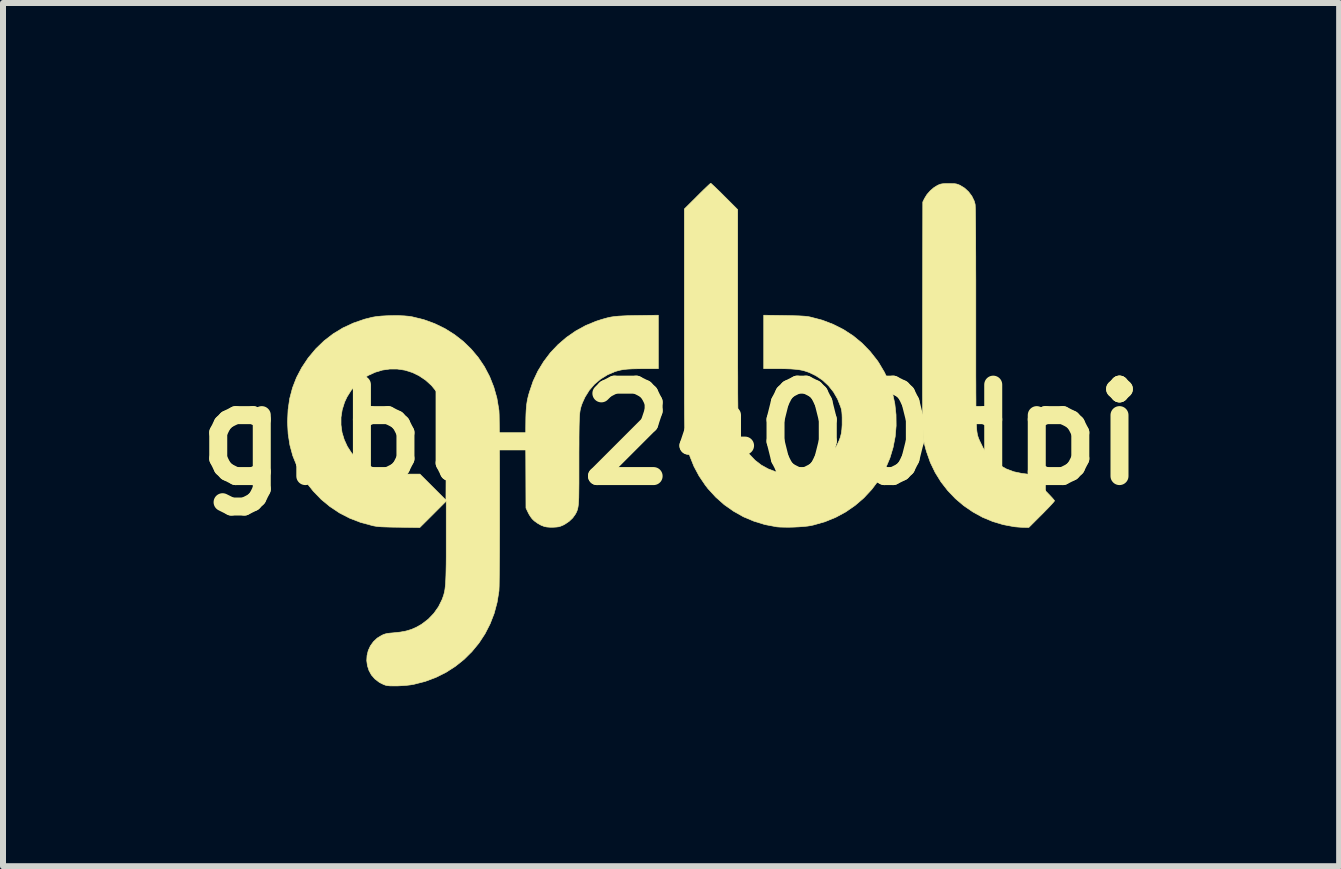
<source format=kicad_pcb>
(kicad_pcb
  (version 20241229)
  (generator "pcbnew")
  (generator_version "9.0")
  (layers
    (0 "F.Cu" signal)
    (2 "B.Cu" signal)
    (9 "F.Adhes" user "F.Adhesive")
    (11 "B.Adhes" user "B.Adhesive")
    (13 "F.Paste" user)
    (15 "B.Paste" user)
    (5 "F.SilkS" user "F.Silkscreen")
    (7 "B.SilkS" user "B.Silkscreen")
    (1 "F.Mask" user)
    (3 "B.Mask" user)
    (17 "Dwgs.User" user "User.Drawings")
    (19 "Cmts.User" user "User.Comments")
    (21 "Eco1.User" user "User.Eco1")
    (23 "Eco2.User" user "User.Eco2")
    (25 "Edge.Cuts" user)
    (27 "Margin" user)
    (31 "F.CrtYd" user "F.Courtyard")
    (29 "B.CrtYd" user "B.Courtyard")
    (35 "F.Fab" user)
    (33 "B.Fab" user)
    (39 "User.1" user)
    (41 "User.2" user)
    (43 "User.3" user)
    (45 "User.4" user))
  (footprint "grbl-2400dpi"
    (layer "F.Cu")
    (at 8.135 4.196)
    (property "Reference" "grbl-2400dpi" (at 0 0 0) (layer "F.SilkS") (effects (font (size 1.524 1.524) (thickness 0.3))))
    (attr through_hole)
    (fp_poly (pts (xy -0.212 -1.101) (xy -0.454 -1.101) (xy -0.56 -1.1) (xy -0.647 -1.098) (xy -0.72 -1.094) (xy -0.782 -1.088) (xy -0.836 -1.079) (xy -0.885 -1.067) (xy -0.933 -1.053) (xy -1.059 -0.999) (xy -1.174 -0.928) (xy -1.276 -0.842) (xy -1.363 -0.741) (xy -1.434 -0.627) (xy -1.472 -0.544) (xy -1.484 -0.515) (xy -1.494 -0.488) (xy -1.502 -0.461) (xy -1.51 -0.432) (xy -1.516 -0.401) (xy -1.521 -0.365) (xy -1.525 -0.323) (xy -1.528 -0.273) (xy -1.53 -0.213) (xy -1.532 -0.141) (xy -1.533 -0.057) (xy -1.534 0.042) (xy -1.534 0.157) (xy -1.535 0.291) (xy -1.535 0.422) (xy -1.535 0.57) (xy -1.535 0.699) (xy -1.535 0.81) (xy -1.536 0.904) (xy -1.537 0.984) (xy -1.538 1.051) (xy -1.541 1.106) (xy -1.544 1.151) (xy -1.548 1.188) (xy -1.553 1.218) (xy -1.559 1.243) (xy -1.566 1.265) (xy -1.574 1.285) (xy -1.584 1.305) (xy -1.595 1.325) (xy -1.639 1.387) (xy -1.699 1.444) (xy -1.769 1.491) (xy -1.797 1.506) (xy -1.837 1.523) (xy -1.872 1.534) (xy -1.912 1.539) (xy -1.963 1.542) (xy -2.019 1.542) (xy -2.07 1.538) (xy -2.108 1.531) (xy -2.166 1.509) (xy -2.226 1.475) (xy -2.281 1.435) (xy -2.315 1.402) (xy -2.339 1.37) (xy -2.366 1.328) (xy -2.385 1.291) (xy -2.418 1.222) (xy -2.421 0.418) (xy -2.422 0.259) (xy -2.422 0.119) (xy -2.422 -0.003) (xy -2.422 -0.109) (xy -2.421 -0.2) (xy -2.42 -0.279) (xy -2.418 -0.346) (xy -2.415 -0.404) (xy -2.411 -0.455) (xy -2.407 -0.499) (xy -2.401 -0.539) (xy -2.395 -0.576) (xy -2.387 -0.612) (xy -2.378 -0.649) (xy -2.367 -0.688) (xy -2.359 -0.715) (xy -2.299 -0.892) (xy -2.22 -1.06) (xy -2.123 -1.219) (xy -2.011 -1.367) (xy -1.883 -1.502) (xy -1.742 -1.623) (xy -1.589 -1.729) (xy -1.425 -1.819) (xy -1.251 -1.891) (xy -1.226 -1.899) (xy -1.161 -1.92) (xy -1.103 -1.937) (xy -1.05 -1.951) (xy -0.997 -1.962) (xy -0.941 -1.97) (xy -0.879 -1.976) (xy -0.808 -1.98) (xy -0.724 -1.984) (xy -0.624 -1.986) (xy -0.558 -1.987) (xy -0.212 -1.992) (xy -0.212 -1.101)) (stroke (width 0.01) (type solid)) (fill yes) (layer "F.SilkS"))
    (fp_poly (pts (xy 4.686 -4.185) (xy 4.726 -4.184) (xy 4.756 -4.18) (xy 4.782 -4.172) (xy 4.809 -4.161) (xy 4.818 -4.157) (xy 4.893 -4.111) (xy 4.959 -4.05) (xy 5.014 -3.977) (xy 5.053 -3.897) (xy 5.068 -3.844) (xy 5.07 -3.828) (xy 5.071 -3.798) (xy 5.073 -3.753) (xy 5.074 -3.692) (xy 5.075 -3.614) (xy 5.076 -3.52) (xy 5.077 -3.409) (xy 5.078 -3.28) (xy 5.078 -3.133) (xy 5.079 -2.968) (xy 5.079 -2.784) (xy 5.08 -2.58) (xy 5.08 -2.356) (xy 5.08 -2.112) (xy 5.08 -1.964) (xy 5.08 -1.728) (xy 5.08 -1.513) (xy 5.08 -1.317) (xy 5.08 -1.139) (xy 5.08 -0.978) (xy 5.081 -0.834) (xy 5.081 -0.705) (xy 5.082 -0.59) (xy 5.082 -0.489) (xy 5.083 -0.4) (xy 5.085 -0.323) (xy 5.086 -0.256) (xy 5.088 -0.198) (xy 5.091 -0.149) (xy 5.093 -0.107) (xy 5.096 -0.072) (xy 5.1 -0.042) (xy 5.104 -0.017) (xy 5.108 0.005) (xy 5.114 0.024) (xy 5.119 0.041) (xy 5.125 0.057) (xy 5.132 0.074) (xy 5.14 0.093) (xy 5.143 0.1) (xy 5.202 0.221) (xy 5.278 0.33) (xy 5.369 0.426) (xy 5.473 0.506) (xy 5.588 0.57) (xy 5.713 0.617) (xy 5.847 0.645) (xy 5.863 0.647) (xy 5.964 0.659) (xy 6.178 0.872) (xy 6.233 0.927) (xy 6.283 0.978) (xy 6.326 1.023) (xy 6.36 1.06) (xy 6.382 1.086) (xy 6.392 1.1) (xy 6.392 1.101) (xy 6.385 1.112) (xy 6.365 1.136) (xy 6.333 1.171) (xy 6.292 1.215) (xy 6.243 1.265) (xy 6.189 1.32) (xy 6.178 1.331) (xy 5.964 1.545) (xy 5.879 1.544) (xy 5.826 1.542) (xy 5.771 1.538) (xy 5.726 1.534) (xy 5.541 1.5) (xy 5.363 1.447) (xy 5.192 1.376) (xy 5.031 1.287) (xy 4.879 1.183) (xy 4.739 1.064) (xy 4.612 0.931) (xy 4.499 0.786) (xy 4.402 0.629) (xy 4.322 0.463) (xy 4.26 0.287) (xy 4.255 0.27) (xy 4.247 0.243) (xy 4.24 0.218) (xy 4.234 0.194) (xy 4.228 0.171) (xy 4.222 0.147) (xy 4.217 0.121) (xy 4.213 0.093) (xy 4.209 0.062) (xy 4.206 0.026) (xy 4.203 -0.016) (xy 4.201 -0.064) (xy 4.198 -0.119) (xy 4.197 -0.183) (xy 4.195 -0.256) (xy 4.194 -0.34) (xy 4.193 -0.435) (xy 4.193 -0.542) (xy 4.192 -0.662) (xy 4.192 -0.797) (xy 4.192 -0.947) (xy 4.192 -1.114) (xy 4.192 -1.297) (xy 4.193 -1.499) (xy 4.193 -1.72) (xy 4.193 -1.961) (xy 4.193 -1.968) (xy 4.196 -3.879) (xy 4.227 -3.942) (xy 4.267 -4.006) (xy 4.322 -4.068) (xy 4.384 -4.121) (xy 4.44 -4.155) (xy 4.468 -4.168) (xy 4.493 -4.177) (xy 4.52 -4.182) (xy 4.553 -4.185) (xy 4.6 -4.186) (xy 4.63 -4.186) (xy 4.686 -4.185)) (stroke (width 0.01) (type solid)) (fill yes) (layer "F.SilkS"))
    (fp_poly (pts (xy 0.672 -4.184) (xy 0.694 -4.163) (xy 0.728 -4.132) (xy 0.771 -4.09) (xy 0.821 -4.042) (xy 0.876 -3.987) (xy 0.892 -3.971) (xy 1.111 -3.752) (xy 1.111 -1.946) (xy 1.111 -1.711) (xy 1.111 -1.497) (xy 1.111 -1.302) (xy 1.111 -1.125) (xy 1.112 -0.966) (xy 1.112 -0.823) (xy 1.112 -0.695) (xy 1.113 -0.581) (xy 1.114 -0.481) (xy 1.115 -0.393) (xy 1.116 -0.316) (xy 1.118 -0.25) (xy 1.12 -0.193) (xy 1.122 -0.144) (xy 1.125 -0.103) (xy 1.128 -0.069) (xy 1.132 -0.039) (xy 1.136 -0.015) (xy 1.14 0.007) (xy 1.145 0.025) (xy 1.151 0.043) (xy 1.157 0.059) (xy 1.164 0.077) (xy 1.172 0.095) (xy 1.174 0.1) (xy 1.234 0.222) (xy 1.31 0.331) (xy 1.4 0.426) (xy 1.504 0.506) (xy 1.62 0.57) (xy 1.745 0.617) (xy 1.88 0.645) (xy 1.901 0.648) (xy 2.029 0.652) (xy 2.156 0.636) (xy 2.278 0.602) (xy 2.395 0.55) (xy 2.503 0.481) (xy 2.601 0.397) (xy 2.686 0.3) (xy 2.757 0.189) (xy 2.768 0.169) (xy 2.8 0.101) (xy 2.823 0.04) (xy 2.838 -0.021) (xy 2.847 -0.086) (xy 2.852 -0.164) (xy 2.852 -0.222) (xy 2.852 -0.289) (xy 2.85 -0.339) (xy 2.847 -0.379) (xy 2.842 -0.412) (xy 2.834 -0.444) (xy 2.827 -0.465) (xy 2.776 -0.595) (xy 2.708 -0.713) (xy 2.624 -0.818) (xy 2.526 -0.909) (xy 2.414 -0.984) (xy 2.304 -1.037) (xy 2.251 -1.056) (xy 2.197 -1.072) (xy 2.138 -1.083) (xy 2.072 -1.091) (xy 1.995 -1.097) (xy 1.904 -1.1) (xy 1.795 -1.101) (xy 1.545 -1.101) (xy 1.545 -1.992) (xy 1.886 -1.987) (xy 1.986 -1.985) (xy 2.067 -1.983) (xy 2.133 -1.981) (xy 2.186 -1.978) (xy 2.23 -1.975) (xy 2.267 -1.971) (xy 2.3 -1.966) (xy 2.328 -1.96) (xy 2.522 -1.909) (xy 2.704 -1.839) (xy 2.876 -1.752) (xy 3.036 -1.648) (xy 3.183 -1.527) (xy 3.317 -1.389) (xy 3.438 -1.236) (xy 3.463 -1.199) (xy 3.558 -1.039) (xy 3.634 -0.871) (xy 3.691 -0.696) (xy 3.73 -0.517) (xy 3.75 -0.334) (xy 3.752 -0.15) (xy 3.736 0.033) (xy 3.701 0.213) (xy 3.648 0.389) (xy 3.576 0.559) (xy 3.485 0.721) (xy 3.463 0.755) (xy 3.346 0.911) (xy 3.215 1.052) (xy 3.07 1.177) (xy 2.913 1.286) (xy 2.745 1.377) (xy 2.566 1.45) (xy 2.377 1.504) (xy 2.328 1.515) (xy 2.276 1.523) (xy 2.207 1.53) (xy 2.128 1.536) (xy 2.043 1.54) (xy 1.959 1.542) (xy 1.88 1.541) (xy 1.811 1.539) (xy 1.757 1.535) (xy 1.757 1.534) (xy 1.566 1.498) (xy 1.383 1.442) (xy 1.207 1.368) (xy 1.042 1.275) (xy 0.887 1.166) (xy 0.745 1.04) (xy 0.616 0.899) (xy 0.571 0.841) (xy 0.467 0.687) (xy 0.382 0.528) (xy 0.315 0.361) (xy 0.265 0.184) (xy 0.243 0.076) (xy 0.24 0.06) (xy 0.238 0.044) (xy 0.236 0.027) (xy 0.234 0.007) (xy 0.232 -0.015) (xy 0.231 -0.042) (xy 0.229 -0.075) (xy 0.228 -0.113) (xy 0.227 -0.159) (xy 0.226 -0.213) (xy 0.225 -0.276) (xy 0.224 -0.35) (xy 0.224 -0.434) (xy 0.223 -0.531) (xy 0.223 -0.641) (xy 0.223 -0.764) (xy 0.223 -0.903) (xy 0.222 -1.058) (xy 0.222 -1.23) (xy 0.222 -1.421) (xy 0.222 -1.63) (xy 0.222 -1.859) (xy 0.222 -3.763) (xy 0.437 -3.977) (xy 0.492 -4.032) (xy 0.543 -4.082) (xy 0.587 -4.124) (xy 0.623 -4.158) (xy 0.648 -4.181) (xy 0.661 -4.191) (xy 0.662 -4.191) (xy 0.672 -4.184)) (stroke (width 0.01) (type solid)) (fill yes) (layer "F.SilkS"))
    (fp_poly (pts (xy -4.538 -1.985) (xy -4.447 -1.981) (xy -4.367 -1.974) (xy -4.313 -1.965) (xy -4.121 -1.918) (xy -3.94 -1.852) (xy -3.769 -1.769) (xy -3.611 -1.67) (xy -3.464 -1.556) (xy -3.332 -1.428) (xy -3.214 -1.288) (xy -3.111 -1.135) (xy -3.024 -0.97) (xy -2.955 -0.796) (xy -2.903 -0.613) (xy -2.871 -0.421) (xy -2.868 -0.4) (xy -2.867 -0.375) (xy -2.865 -0.331) (xy -2.864 -0.268) (xy -2.863 -0.189) (xy -2.862 -0.095) (xy -2.861 0.012) (xy -2.86 0.131) (xy -2.86 0.261) (xy -2.859 0.399) (xy -2.859 0.545) (xy -2.858 0.695) (xy -2.858 0.85) (xy -2.858 1.008) (xy -2.858 1.166) (xy -2.858 1.324) (xy -2.858 1.479) (xy -2.858 1.631) (xy -2.859 1.778) (xy -2.859 1.917) (xy -2.86 2.048) (xy -2.861 2.169) (xy -2.862 2.279) (xy -2.863 2.375) (xy -2.864 2.457) (xy -2.865 2.523) (xy -2.867 2.57) (xy -2.868 2.599) (xy -2.868 2.602) (xy -2.899 2.794) (xy -2.948 2.978) (xy -3.016 3.153) (xy -3.101 3.319) (xy -3.202 3.473) (xy -3.319 3.615) (xy -3.45 3.745) (xy -3.594 3.86) (xy -3.751 3.961) (xy -3.919 4.045) (xy -4.098 4.112) (xy -4.286 4.16) (xy -4.286 4.16) (xy -4.345 4.17) (xy -4.413 4.178) (xy -4.487 4.183) (xy -4.56 4.187) (xy -4.63 4.187) (xy -4.69 4.186) (xy -4.736 4.181) (xy -4.754 4.177) (xy -4.79 4.164) (xy -4.833 4.143) (xy -4.863 4.127) (xy -4.936 4.071) (xy -4.994 4.005) (xy -5.035 3.93) (xy -5.061 3.849) (xy -5.072 3.765) (xy -5.067 3.68) (xy -5.047 3.598) (xy -5.011 3.52) (xy -4.961 3.45) (xy -4.896 3.389) (xy -4.825 3.346) (xy -4.792 3.33) (xy -4.761 3.32) (xy -4.727 3.312) (xy -4.684 3.307) (xy -4.627 3.302) (xy -4.514 3.29) (xy -4.417 3.272) (xy -4.33 3.246) (xy -4.249 3.211) (xy -4.169 3.166) (xy -4.156 3.158) (xy -4.047 3.075) (xy -3.954 2.978) (xy -3.876 2.868) (xy -3.816 2.747) (xy -3.79 2.674) (xy -3.782 2.644) (xy -3.774 2.611) (xy -3.768 2.573) (xy -3.763 2.529) (xy -3.758 2.477) (xy -3.755 2.415) (xy -3.752 2.343) (xy -3.75 2.257) (xy -3.748 2.158) (xy -3.747 2.042) (xy -3.747 1.908) (xy -3.747 1.755) (xy -3.747 1.741) (xy -3.747 1.106) (xy -3.967 1.327) (xy -4.188 1.547) (xy -4.531 1.542) (xy -4.629 1.541) (xy -4.709 1.539) (xy -4.773 1.537) (xy -4.825 1.535) (xy -4.868 1.532) (xy -4.904 1.528) (xy -4.936 1.523) (xy -4.968 1.517) (xy -4.979 1.514) (xy -5.173 1.462) (xy -5.355 1.392) (xy -5.526 1.304) (xy -5.684 1.199) (xy -5.831 1.078) (xy -5.964 0.94) (xy -6.043 0.841) (xy -6.15 0.683) (xy -6.237 0.519) (xy -6.305 0.35) (xy -6.353 0.173) (xy -6.382 -0.013) (xy -6.39 -0.163) (xy -5.501 -0.163) (xy -5.484 -0.038) (xy -5.448 0.081) (xy -5.396 0.195) (xy -5.328 0.3) (xy -5.245 0.396) (xy -5.148 0.479) (xy -5.038 0.549) (xy -4.915 0.603) (xy -4.901 0.608) (xy -4.853 0.623) (xy -4.804 0.635) (xy -4.749 0.643) (xy -4.687 0.649) (xy -4.613 0.653) (xy -4.525 0.656) (xy -4.426 0.656) (xy -4.186 0.656) (xy -3.969 0.873) (xy -3.752 1.09) (xy -3.749 0.468) (xy -3.748 0.335) (xy -3.748 0.209) (xy -3.749 0.093) (xy -3.75 -0.011) (xy -3.751 -0.102) (xy -3.752 -0.177) (xy -3.754 -0.235) (xy -3.756 -0.274) (xy -3.757 -0.277) (xy -3.763 -0.335) (xy -3.772 -0.394) (xy -3.783 -0.445) (xy -3.79 -0.472) (xy -3.84 -0.599) (xy -3.907 -0.715) (xy -3.991 -0.819) (xy -4.09 -0.909) (xy -4.202 -0.984) (xy -4.312 -1.037) (xy -4.436 -1.076) (xy -4.563 -1.095) (xy -4.689 -1.095) (xy -4.813 -1.077) (xy -4.932 -1.041) (xy -5.046 -0.989) (xy -5.152 -0.921) (xy -5.247 -0.838) (xy -5.331 -0.741) (xy -5.4 -0.631) (xy -5.441 -0.544) (xy -5.481 -0.417) (xy -5.501 -0.29) (xy -5.501 -0.163) (xy -6.39 -0.163) (xy -6.392 -0.208) (xy -6.392 -0.222) (xy -6.383 -0.418) (xy -6.356 -0.604) (xy -6.309 -0.782) (xy -6.243 -0.952) (xy -6.157 -1.116) (xy -6.052 -1.274) (xy -6.043 -1.286) (xy -5.919 -1.434) (xy -5.782 -1.566) (xy -5.631 -1.682) (xy -5.468 -1.781) (xy -5.293 -1.862) (xy -5.107 -1.926) (xy -4.974 -1.959) (xy -4.907 -1.97) (xy -4.825 -1.978) (xy -4.733 -1.983) (xy -4.635 -1.985) (xy -4.538 -1.985)) (stroke (width 0.01) (type solid)) (fill yes) (layer "F.SilkS")))
  (gr_rect
    (start -3 -3)
    (end 19.271 11.388)
    (stroke (width 0.1) (type default))
    (fill no)
    (layer "Edge.Cuts")))
</source>
